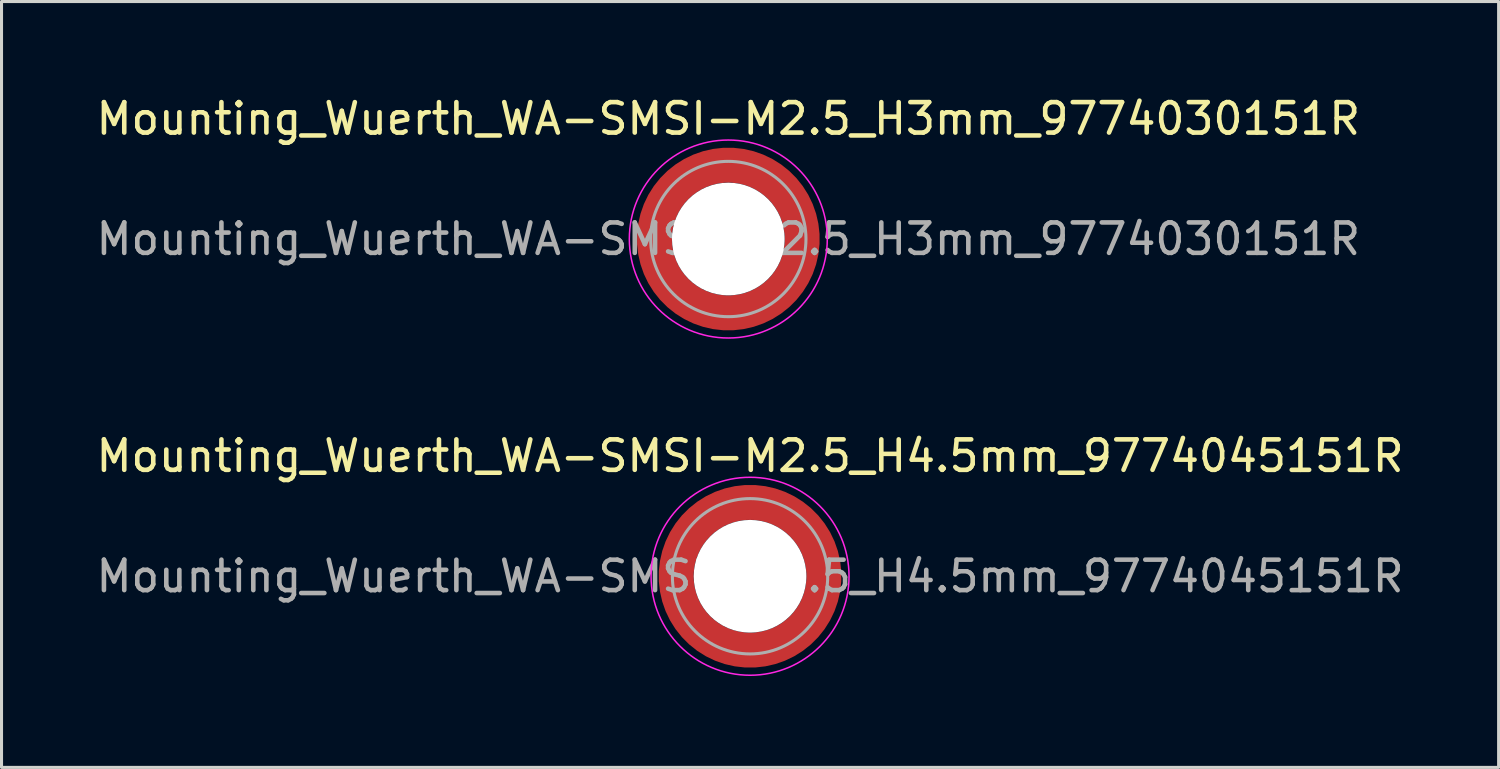
<source format=kicad_pcb>
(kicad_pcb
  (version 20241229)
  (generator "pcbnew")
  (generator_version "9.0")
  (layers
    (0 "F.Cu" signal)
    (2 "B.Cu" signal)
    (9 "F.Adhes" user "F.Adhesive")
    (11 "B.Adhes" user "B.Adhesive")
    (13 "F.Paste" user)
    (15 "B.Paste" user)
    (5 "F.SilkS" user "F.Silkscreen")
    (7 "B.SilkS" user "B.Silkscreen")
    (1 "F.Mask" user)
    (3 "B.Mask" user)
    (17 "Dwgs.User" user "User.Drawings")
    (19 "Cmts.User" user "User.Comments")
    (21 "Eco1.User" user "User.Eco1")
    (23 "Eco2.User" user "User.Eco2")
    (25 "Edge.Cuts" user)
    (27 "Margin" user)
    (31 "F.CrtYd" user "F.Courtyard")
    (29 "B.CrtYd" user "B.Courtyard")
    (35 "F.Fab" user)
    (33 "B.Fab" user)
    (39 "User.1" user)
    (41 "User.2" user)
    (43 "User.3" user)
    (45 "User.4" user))
  (footprint "Mounting_Wuerth_WA-SMSI-M2.5_H3mm_9774030151R"
    (layer "F.Cu")
    (at 20.863 4.798)
    (property "Reference" "Mounting_Wuerth_WA-SMSI-M2.5_H3mm_9774030151R" (at 0 -3.95 0) (layer "F.SilkS") (effects (font (size 1 1) (thickness 0.15))))
    (attr smd allow_soldermask_bridges)
    (fp_circle (center 0 0) (end 3.25 0) (stroke (width 0.05) (type solid)) (fill no) (layer "F.CrtYd"))
    (fp_circle (center 0 0) (end 2.55 0) (stroke (width 0.1) (type solid)) (fill no) (layer "F.Fab"))
    (fp_text user "${REFERENCE}" (at 0 0 0) (layer "F.Fab") (effects (font (size 1 1) (thickness 0.15))))
    (pad "" smd custom (at -1.704 -1.704) (size 0.51 0.51) (layers "F.Paste") (options (anchor circle)) (primitives (gr_arc (start -0.250195 1.279127) (mid 0.289914 0.289914) (end 1.279127 -0.250195) (width 0.2)) (gr_arc (start -0.34334 1.279127) (mid 0.225488 0.225488) (end 1.279127 -0.34334) (width 0.2)) (gr_arc (start -0.436309 1.279127) (mid 0.161063 0.161063) (end 1.279127 -0.436309) (width 0.2)) (gr_arc (start -0.529126 1.279127) (mid 0.096638 0.096638) (end 1.279127 -0.529126) (width 0.2)) (gr_arc (start -0.621807 1.279127) (mid 0.032213 0.032213) (end 1.279127 -0.621807) (width 0.2)) (gr_arc (start -0.71437 1.279127) (mid -0.032213 -0.032213) (end 1.279127 -0.71437) (width 0.2)) (gr_arc (start -0.806826 1.279127) (mid -0.096638 -0.096638) (end 1.279127 -0.806826) (width 0.2)) (gr_arc (start -0.899187 1.279127) (mid -0.161063 -0.161063) (end 1.279127 -0.899187) (width 0.2)) (gr_arc (start -0.991463 1.279127) (mid -0.225488 -0.225488) (end 1.279127 -0.991463) (width 0.2)) (gr_arc (start -1.083663 1.279127) (mid -0.289914 -0.289914) (end 1.279127 -1.083663) (width 0.2)) (gr_line (start 1.279 -0.25) (end 1.279 -1.084) (width 0.2)) (gr_line (start -0.25 1.279) (end -1.084 1.279) (width 0.2))))
    (pad "" smd custom (at -1.704 1.704) (size 0.51 0.51) (layers "F.Paste") (options (anchor circle)) (primitives (gr_arc (start 1.279127 0.250195) (mid 0.289914 -0.289914) (end -0.250195 -1.279127) (width 0.2)) (gr_arc (start 1.279127 0.34334) (mid 0.225488 -0.225488) (end -0.34334 -1.279127) (width 0.2)) (gr_arc (start 1.279127 0.436309) (mid 0.161063 -0.161063) (end -0.436309 -1.279127) (width 0.2)) (gr_arc (start 1.279127 0.529126) (mid 0.096638 -0.096638) (end -0.529126 -1.279127) (width 0.2)) (gr_arc (start 1.279127 0.621807) (mid 0.032213 -0.032213) (end -0.621807 -1.279127) (width 0.2)) (gr_arc (start 1.279127 0.71437) (mid -0.032213 0.032213) (end -0.71437 -1.279127) (width 0.2)) (gr_arc (start 1.279127 0.806826) (mid -0.096638 0.096638) (end -0.806826 -1.279127) (width 0.2)) (gr_arc (start 1.279127 0.899187) (mid -0.161063 0.161063) (end -0.899187 -1.279127) (width 0.2)) (gr_arc (start 1.279127 0.991463) (mid -0.225488 0.225488) (end -0.991463 -1.279127) (width 0.2)) (gr_arc (start 1.279127 1.083663) (mid -0.289914 0.289914) (end -1.083663 -1.279127) (width 0.2)) (gr_line (start -0.25 -1.279) (end -1.084 -1.279) (width 0.2)) (gr_line (start 1.279 0.25) (end 1.279 1.084) (width 0.2))))
    (pad "" np_thru_hole circle (at 0 0) (size 3.7 3.7) (drill 3.7) (layers "*.Cu" "*.Mask"))
    (pad "" smd custom (at 1.704 -1.704) (size 0.51 0.51) (layers "F.Paste") (options (anchor circle)) (primitives (gr_arc (start -1.279127 -0.250195) (mid -0.289914 0.289914) (end 0.250195 1.279127) (width 0.2)) (gr_arc (start -1.279127 -0.34334) (mid -0.225488 0.225488) (end 0.34334 1.279127) (width 0.2)) (gr_arc (start -1.279127 -0.436309) (mid -0.161063 0.161063) (end 0.436309 1.279127) (width 0.2)) (gr_arc (start -1.279127 -0.529126) (mid -0.096638 0.096638) (end 0.529126 1.279127) (width 0.2)) (gr_arc (start -1.279127 -0.621807) (mid -0.032213 0.032213) (end 0.621807 1.279127) (width 0.2)) (gr_arc (start -1.279127 -0.71437) (mid 0.032213 -0.032213) (end 0.71437 1.279127) (width 0.2)) (gr_arc (start -1.279127 -0.806826) (mid 0.096638 -0.096638) (end 0.806826 1.279127) (width 0.2)) (gr_arc (start -1.279127 -0.899187) (mid 0.161063 -0.161063) (end 0.899187 1.279127) (width 0.2)) (gr_arc (start -1.279127 -0.991463) (mid 0.225488 -0.225488) (end 0.991463 1.279127) (width 0.2)) (gr_arc (start -1.279127 -1.083663) (mid 0.289914 -0.289914) (end 1.083663 1.279127) (width 0.2)) (gr_line (start 0.25 1.279) (end 1.084 1.279) (width 0.2)) (gr_line (start -1.279 -0.25) (end -1.279 -1.084) (width 0.2))))
    (pad "" smd custom (at 1.704 1.704) (size 0.51 0.51) (layers "F.Paste") (options (anchor circle)) (primitives (gr_arc (start 0.250195 -1.279127) (mid -0.289914 -0.289914) (end -1.279127 0.250195) (width 0.2)) (gr_arc (start 0.34334 -1.279127) (mid -0.225488 -0.225488) (end -1.279127 0.34334) (width 0.2)) (gr_arc (start 0.436309 -1.279127) (mid -0.161063 -0.161063) (end -1.279127 0.436309) (width 0.2)) (gr_arc (start 0.529126 -1.279127) (mid -0.096638 -0.096638) (end -1.279127 0.529126) (width 0.2)) (gr_arc (start 0.621807 -1.279127) (mid -0.032213 -0.032213) (end -1.279127 0.621807) (width 0.2)) (gr_arc (start 0.71437 -1.279127) (mid 0.032213 0.032213) (end -1.279127 0.71437) (width 0.2)) (gr_arc (start 0.806826 -1.279127) (mid 0.096638 0.096638) (end -1.279127 0.806826) (width 0.2)) (gr_arc (start 0.899187 -1.279127) (mid 0.161063 0.161063) (end -1.279127 0.899187) (width 0.2)) (gr_arc (start 0.991463 -1.279127) (mid 0.225488 0.225488) (end -1.279127 0.991463) (width 0.2)) (gr_arc (start 1.083663 -1.279127) (mid 0.289914 0.289914) (end -1.279127 1.083663) (width 0.2)) (gr_line (start -1.279 0.25) (end -1.279 1.084) (width 0.2)) (gr_line (start 0.25 -1.279) (end 1.084 -1.279) (width 0.2))))
    (pad "1" smd circle (at -2.425 0) (size 0.642 0.642) (layers "F.Cu"))
    (pad "1" smd circle (at 0 -2.425) (size 0.642 0.642) (layers "F.Cu"))
    (pad "1" smd circle (at 0 2.425) (size 0.642 0.642) (layers "F.Cu"))
    (pad "1" smd custom (at 2.425 0) (size 1.15 1.15) (layers "F.Cu" "F.Mask") (options (anchor circle)) (primitives (gr_circle (center -2.425 0) (end 0 0) (width 1.15) (fill no)))))
  (footprint "Mounting_Wuerth_WA-SMSI-M2.5_H4.5mm_9774045151R"
    (layer "F.Cu")
    (at 21.577 15.871)
    (property "Reference" "Mounting_Wuerth_WA-SMSI-M2.5_H4.5mm_9774045151R" (at 0 -3.95 0) (layer "F.SilkS") (effects (font (size 1 1) (thickness 0.15))))
    (attr smd allow_soldermask_bridges)
    (fp_circle (center 0 0) (end 3.25 0) (stroke (width 0.05) (type solid)) (fill no) (layer "F.CrtYd"))
    (fp_circle (center 0 0) (end 2.55 0) (stroke (width 0.1) (type solid)) (fill no) (layer "F.Fab"))
    (fp_text user "${REFERENCE}" (at 0 0 0) (layer "F.Fab") (effects (font (size 1 1) (thickness 0.15))))
    (pad "" smd custom (at -1.704 -1.704) (size 0.51 0.51) (layers "F.Paste") (options (anchor circle)) (primitives (gr_arc (start -0.250195 1.279127) (mid 0.289914 0.289914) (end 1.279127 -0.250195) (width 0.2)) (gr_arc (start -0.34334 1.279127) (mid 0.225488 0.225488) (end 1.279127 -0.34334) (width 0.2)) (gr_arc (start -0.436309 1.279127) (mid 0.161063 0.161063) (end 1.279127 -0.436309) (width 0.2)) (gr_arc (start -0.529126 1.279127) (mid 0.096638 0.096638) (end 1.279127 -0.529126) (width 0.2)) (gr_arc (start -0.621807 1.279127) (mid 0.032213 0.032213) (end 1.279127 -0.621807) (width 0.2)) (gr_arc (start -0.71437 1.279127) (mid -0.032213 -0.032213) (end 1.279127 -0.71437) (width 0.2)) (gr_arc (start -0.806826 1.279127) (mid -0.096638 -0.096638) (end 1.279127 -0.806826) (width 0.2)) (gr_arc (start -0.899187 1.279127) (mid -0.161063 -0.161063) (end 1.279127 -0.899187) (width 0.2)) (gr_arc (start -0.991463 1.279127) (mid -0.225488 -0.225488) (end 1.279127 -0.991463) (width 0.2)) (gr_arc (start -1.083663 1.279127) (mid -0.289914 -0.289914) (end 1.279127 -1.083663) (width 0.2)) (gr_line (start 1.279 -0.25) (end 1.279 -1.084) (width 0.2)) (gr_line (start -0.25 1.279) (end -1.084 1.279) (width 0.2))))
    (pad "" smd custom (at -1.704 1.704) (size 0.51 0.51) (layers "F.Paste") (options (anchor circle)) (primitives (gr_arc (start 1.279127 0.250195) (mid 0.289914 -0.289914) (end -0.250195 -1.279127) (width 0.2)) (gr_arc (start 1.279127 0.34334) (mid 0.225488 -0.225488) (end -0.34334 -1.279127) (width 0.2)) (gr_arc (start 1.279127 0.436309) (mid 0.161063 -0.161063) (end -0.436309 -1.279127) (width 0.2)) (gr_arc (start 1.279127 0.529126) (mid 0.096638 -0.096638) (end -0.529126 -1.279127) (width 0.2)) (gr_arc (start 1.279127 0.621807) (mid 0.032213 -0.032213) (end -0.621807 -1.279127) (width 0.2)) (gr_arc (start 1.279127 0.71437) (mid -0.032213 0.032213) (end -0.71437 -1.279127) (width 0.2)) (gr_arc (start 1.279127 0.806826) (mid -0.096638 0.096638) (end -0.806826 -1.279127) (width 0.2)) (gr_arc (start 1.279127 0.899187) (mid -0.161063 0.161063) (end -0.899187 -1.279127) (width 0.2)) (gr_arc (start 1.279127 0.991463) (mid -0.225488 0.225488) (end -0.991463 -1.279127) (width 0.2)) (gr_arc (start 1.279127 1.083663) (mid -0.289914 0.289914) (end -1.083663 -1.279127) (width 0.2)) (gr_line (start -0.25 -1.279) (end -1.084 -1.279) (width 0.2)) (gr_line (start 1.279 0.25) (end 1.279 1.084) (width 0.2))))
    (pad "" np_thru_hole circle (at 0 0) (size 3.7 3.7) (drill 3.7) (layers "*.Cu" "*.Mask"))
    (pad "" smd custom (at 1.704 -1.704) (size 0.51 0.51) (layers "F.Paste") (options (anchor circle)) (primitives (gr_arc (start -1.279127 -0.250195) (mid -0.289914 0.289914) (end 0.250195 1.279127) (width 0.2)) (gr_arc (start -1.279127 -0.34334) (mid -0.225488 0.225488) (end 0.34334 1.279127) (width 0.2)) (gr_arc (start -1.279127 -0.436309) (mid -0.161063 0.161063) (end 0.436309 1.279127) (width 0.2)) (gr_arc (start -1.279127 -0.529126) (mid -0.096638 0.096638) (end 0.529126 1.279127) (width 0.2)) (gr_arc (start -1.279127 -0.621807) (mid -0.032213 0.032213) (end 0.621807 1.279127) (width 0.2)) (gr_arc (start -1.279127 -0.71437) (mid 0.032213 -0.032213) (end 0.71437 1.279127) (width 0.2)) (gr_arc (start -1.279127 -0.806826) (mid 0.096638 -0.096638) (end 0.806826 1.279127) (width 0.2)) (gr_arc (start -1.279127 -0.899187) (mid 0.161063 -0.161063) (end 0.899187 1.279127) (width 0.2)) (gr_arc (start -1.279127 -0.991463) (mid 0.225488 -0.225488) (end 0.991463 1.279127) (width 0.2)) (gr_arc (start -1.279127 -1.083663) (mid 0.289914 -0.289914) (end 1.083663 1.279127) (width 0.2)) (gr_line (start 0.25 1.279) (end 1.084 1.279) (width 0.2)) (gr_line (start -1.279 -0.25) (end -1.279 -1.084) (width 0.2))))
    (pad "" smd custom (at 1.704 1.704) (size 0.51 0.51) (layers "F.Paste") (options (anchor circle)) (primitives (gr_arc (start 0.250195 -1.279127) (mid -0.289914 -0.289914) (end -1.279127 0.250195) (width 0.2)) (gr_arc (start 0.34334 -1.279127) (mid -0.225488 -0.225488) (end -1.279127 0.34334) (width 0.2)) (gr_arc (start 0.436309 -1.279127) (mid -0.161063 -0.161063) (end -1.279127 0.436309) (width 0.2)) (gr_arc (start 0.529126 -1.279127) (mid -0.096638 -0.096638) (end -1.279127 0.529126) (width 0.2)) (gr_arc (start 0.621807 -1.279127) (mid -0.032213 -0.032213) (end -1.279127 0.621807) (width 0.2)) (gr_arc (start 0.71437 -1.279127) (mid 0.032213 0.032213) (end -1.279127 0.71437) (width 0.2)) (gr_arc (start 0.806826 -1.279127) (mid 0.096638 0.096638) (end -1.279127 0.806826) (width 0.2)) (gr_arc (start 0.899187 -1.279127) (mid 0.161063 0.161063) (end -1.279127 0.899187) (width 0.2)) (gr_arc (start 0.991463 -1.279127) (mid 0.225488 0.225488) (end -1.279127 0.991463) (width 0.2)) (gr_arc (start 1.083663 -1.279127) (mid 0.289914 0.289914) (end -1.279127 1.083663) (width 0.2)) (gr_line (start -1.279 0.25) (end -1.279 1.084) (width 0.2)) (gr_line (start 0.25 -1.279) (end 1.084 -1.279) (width 0.2))))
    (pad "1" smd circle (at -2.425 0) (size 0.642 0.642) (layers "F.Cu"))
    (pad "1" smd circle (at 0 -2.425) (size 0.642 0.642) (layers "F.Cu"))
    (pad "1" smd circle (at 0 2.425) (size 0.642 0.642) (layers "F.Cu"))
    (pad "1" smd custom (at 2.425 0) (size 1.15 1.15) (layers "F.Cu" "F.Mask") (options (anchor circle)) (primitives (gr_circle (center -2.425 0) (end 0 0) (width 1.15) (fill no)))))
  (gr_rect
    (start -3 -3)
    (end 46.155 22.146)
    (stroke (width 0.1) (type default))
    (fill no)
    (layer "Edge.Cuts")))
</source>
